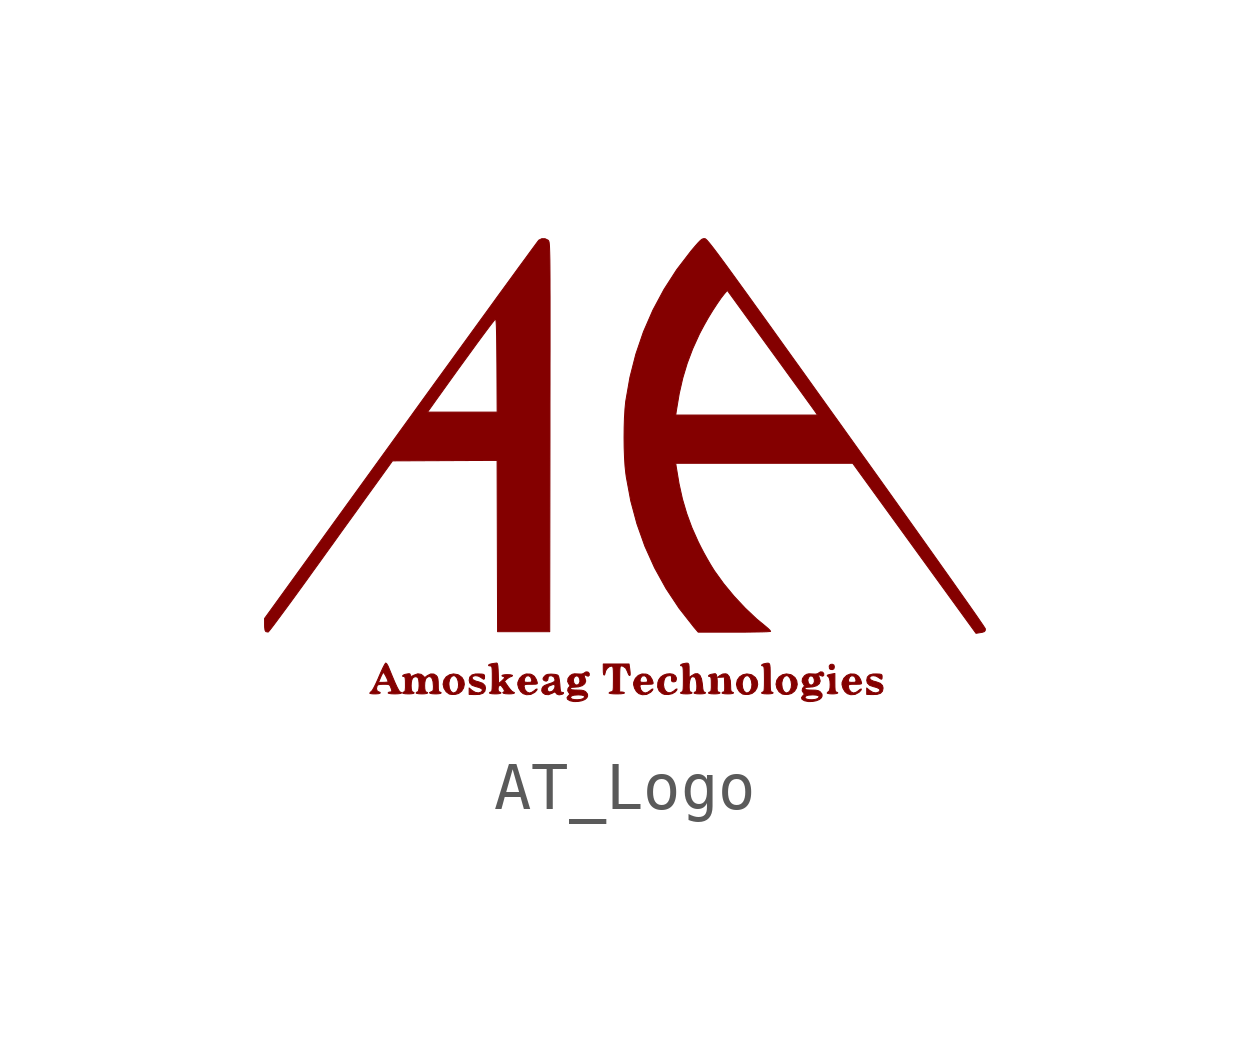
<source format=kicad_sym>
(kicad_symbol_lib
  (version 20211014)
  (generator kicad_symbol_editor)
  (symbol "AT_Logo"
    (pin_names
      (offset 1.016))
    (property "Reference" "#G"
      (at 0 4.389 0)
      (effects (font (size 1.27 1.27)) hide))
    (symbol "AT_Logo_0_0"
      (polyline (pts (xy 4.36 -3.94) (xy 4.371 -3.898) (xy 4.361 -3.859) (xy 4.325 -3.842) (xy 4.287 -3.848) (xy 4.263 -3.88) (xy 4.268 -3.93) (xy 4.283 -3.948) (xy 4.325 -3.955) (xy 4.36 -3.94)) (stroke (width 0.01) (type default) (color 0 0 0 0)) (fill (type outline)))
      (polyline (pts (xy 2.205 -4.459) (xy 2.252 -4.452) (xy 2.271 -4.441) (xy 2.267 -4.432) (xy 2.24 -4.421) (xy 2.233 -4.42) (xy 2.22 -4.404) (xy 2.212 -4.363) (xy 2.21 -4.289) (xy 2.204 -4.186) (xy 2.182 -4.103) (xy 2.142 -4.054) (xy 2.11 -4.042) (xy 2.048 -4.046) (xy 1.987 -4.078) (xy 1.939 -4.116) (xy 2.01 -4.113) (xy 2.08 -4.109) (xy 2.086 -4.265) (xy 2.087 -4.341) (xy 2.085 -4.39) (xy 2.076 -4.415) (xy 2.061 -4.421) (xy 2.046 -4.423) (xy 2.03 -4.441) (xy 2.042 -4.45) (xy 2.086 -4.458) (xy 2.15 -4.461) (xy 2.205 -4.459)) (stroke (width 0.01) (type default) (color 0 0 0 0)) (fill (type outline)))
      (polyline (pts (xy 4.376 -4.459) (xy 4.423 -4.452) (xy 4.441 -4.441) (xy 4.438 -4.432) (xy 4.411 -4.421) (xy 4.406 -4.42) (xy 4.393 -4.409) (xy 4.386 -4.378) (xy 4.382 -4.319) (xy 4.381 -4.228) (xy 4.381 -4.035) (xy 4.305 -4.049) (xy 4.271 -4.056) (xy 4.229 -4.069) (xy 4.221 -4.083) (xy 4.245 -4.102) (xy 4.249 -4.104) (xy 4.267 -4.139) (xy 4.279 -4.197) (xy 4.283 -4.267) (xy 4.28 -4.334) (xy 4.269 -4.387) (xy 4.25 -4.414) (xy 4.236 -4.421) (xy 4.22 -4.443) (xy 4.23 -4.45) (xy 4.27 -4.458) (xy 4.33 -4.461) (xy 4.376 -4.459)) (stroke (width 0.01) (type default) (color 0 0 0 0)) (fill (type outline)))
      (polyline (pts (xy 1.923 -4.459) (xy 1.971 -4.452) (xy 1.989 -4.441) (xy 1.985 -4.431) (xy 1.957 -4.421) (xy 1.943 -4.417) (xy 1.933 -4.396) (xy 1.929 -4.352) (xy 1.931 -4.275) (xy 1.932 -4.199) (xy 1.926 -4.113) (xy 1.911 -4.058) (xy 1.89 -4.039) (xy 1.89 -4.039) (xy 1.86 -4.043) (xy 1.811 -4.052) (xy 1.783 -4.059) (xy 1.753 -4.077) (xy 1.75 -4.093) (xy 1.778 -4.099) (xy 1.792 -4.104) (xy 1.802 -4.128) (xy 1.807 -4.178) (xy 1.808 -4.26) (xy 1.808 -4.331) (xy 1.803 -4.386) (xy 1.794 -4.413) (xy 1.778 -4.421) (xy 1.764 -4.423) (xy 1.748 -4.441) (xy 1.761 -4.45) (xy 1.805 -4.458) (xy 1.869 -4.461) (xy 1.923 -4.459)) (stroke (width 0.01) (type default) (color 0 0 0 0)) (fill (type outline)))
      (polyline (pts (xy -3.527 -4.472) (xy -3.454 -4.452) (xy -3.391 -4.403) (xy -3.351 -4.337) (xy -3.335 -4.262) (xy -3.346 -4.186) (xy -3.384 -4.119) (xy -3.452 -4.068) (xy -3.473 -4.059) (xy -3.561 -4.044) (xy -3.643 -4.062) (xy -3.713 -4.106) (xy -3.76 -4.173) (xy -3.778 -4.258) (xy -3.778 -4.259) (xy -3.778 -4.26) (xy -3.657 -4.26) (xy -3.655 -4.222) (xy -3.637 -4.148) (xy -3.602 -4.098) (xy -3.557 -4.079) (xy -3.523 -4.09) (xy -3.488 -4.131) (xy -3.465 -4.193) (xy -3.455 -4.265) (xy -3.462 -4.336) (xy -3.488 -4.396) (xy -3.518 -4.426) (xy -3.557 -4.441) (xy -3.578 -4.437) (xy -3.619 -4.404) (xy -3.647 -4.342) (xy -3.657 -4.26) (xy -3.778 -4.26) (xy -3.76 -4.342) (xy -3.714 -4.415) (xy -3.65 -4.463) (xy -3.642 -4.465) (xy -3.59 -4.473) (xy -3.527 -4.472)) (stroke (width 0.01) (type default) (color 0 0 0 0)) (fill (type outline)))
      (polyline (pts (xy 2.582 -4.472) (xy 2.655 -4.452) (xy 2.718 -4.403) (xy 2.758 -4.337) (xy 2.774 -4.262) (xy 2.763 -4.186) (xy 2.725 -4.119) (xy 2.657 -4.068) (xy 2.636 -4.059) (xy 2.548 -4.044) (xy 2.465 -4.062) (xy 2.396 -4.106) (xy 2.349 -4.173) (xy 2.331 -4.258) (xy 2.331 -4.259) (xy 2.331 -4.26) (xy 2.451 -4.26) (xy 2.454 -4.222) (xy 2.472 -4.148) (xy 2.506 -4.098) (xy 2.552 -4.079) (xy 2.586 -4.09) (xy 2.621 -4.131) (xy 2.644 -4.193) (xy 2.654 -4.265) (xy 2.647 -4.336) (xy 2.621 -4.396) (xy 2.591 -4.426) (xy 2.552 -4.441) (xy 2.531 -4.437) (xy 2.49 -4.404) (xy 2.462 -4.342) (xy 2.451 -4.26) (xy 2.331 -4.26) (xy 2.349 -4.342) (xy 2.394 -4.415) (xy 2.459 -4.463) (xy 2.466 -4.465) (xy 2.519 -4.473) (xy 2.582 -4.472)) (stroke (width 0.01) (type default) (color 0 0 0 0)) (fill (type outline)))
      (polyline (pts (xy 3.406 -4.472) (xy 3.479 -4.452) (xy 3.542 -4.403) (xy 3.582 -4.337) (xy 3.598 -4.262) (xy 3.587 -4.186) (xy 3.549 -4.119) (xy 3.481 -4.068) (xy 3.46 -4.059) (xy 3.372 -4.044) (xy 3.289 -4.062) (xy 3.22 -4.106) (xy 3.172 -4.173) (xy 3.155 -4.258) (xy 3.155 -4.259) (xy 3.155 -4.26) (xy 3.275 -4.26) (xy 3.277 -4.222) (xy 3.296 -4.148) (xy 3.33 -4.098) (xy 3.376 -4.079) (xy 3.41 -4.09) (xy 3.445 -4.131) (xy 3.468 -4.193) (xy 3.478 -4.265) (xy 3.471 -4.336) (xy 3.445 -4.396) (xy 3.415 -4.426) (xy 3.376 -4.441) (xy 3.355 -4.437) (xy 3.314 -4.404) (xy 3.286 -4.342) (xy 3.275 -4.26) (xy 3.155 -4.26) (xy 3.173 -4.342) (xy 3.218 -4.415) (xy 3.283 -4.463) (xy 3.29 -4.465) (xy 3.343 -4.473) (xy 3.406 -4.472)) (stroke (width 0.01) (type default) (color 0 0 0 0)) (fill (type outline)))
      (polyline (pts (xy 3.029 -4.459) (xy 3.076 -4.452) (xy 3.095 -4.441) (xy 3.091 -4.432) (xy 3.064 -4.421) (xy 3.057 -4.419) (xy 3.047 -4.406) (xy 3.041 -4.375) (xy 3.037 -4.321) (xy 3.035 -4.237) (xy 3.034 -4.119) (xy 3.034 -4.101) (xy 3.034 -3.988) (xy 3.032 -3.909) (xy 3.026 -3.858) (xy 3.014 -3.83) (xy 2.993 -3.82) (xy 2.961 -3.822) (xy 2.916 -3.831) (xy 2.888 -3.838) (xy 2.858 -3.856) (xy 2.855 -3.871) (xy 2.884 -3.878) (xy 2.887 -3.879) (xy 2.898 -3.888) (xy 2.906 -3.913) (xy 2.911 -3.962) (xy 2.913 -4.038) (xy 2.914 -4.15) (xy 2.914 -4.18) (xy 2.913 -4.282) (xy 2.91 -4.352) (xy 2.905 -4.394) (xy 2.896 -4.415) (xy 2.884 -4.421) (xy 2.87 -4.423) (xy 2.853 -4.441) (xy 2.866 -4.45) (xy 2.91 -4.458) (xy 2.974 -4.461) (xy 3.029 -4.459)) (stroke (width 0.01) (type default) (color 0 0 0 0)) (fill (type outline)))
      (polyline (pts (xy 0.993 -4.457) (xy 1.056 -4.42) (xy 1.059 -4.417) (xy 1.088 -4.382) (xy 1.094 -4.359) (xy 1.093 -4.357) (xy 1.07 -4.364) (xy 1.035 -4.392) (xy 1.018 -4.407) (xy 0.959 -4.437) (xy 0.903 -4.434) (xy 0.857 -4.401) (xy 0.825 -4.345) (xy 0.812 -4.27) (xy 0.824 -4.181) (xy 0.845 -4.125) (xy 0.884 -4.09) (xy 0.946 -4.079) (xy 0.962 -4.081) (xy 0.979 -4.099) (xy 0.98 -4.145) (xy 0.979 -4.182) (xy 0.991 -4.205) (xy 1.025 -4.21) (xy 1.033 -4.21) (xy 1.068 -4.197) (xy 1.081 -4.157) (xy 1.08 -4.125) (xy 1.056 -4.08) (xy 1.008 -4.051) (xy 0.946 -4.041) (xy 0.877 -4.047) (xy 0.809 -4.071) (xy 0.752 -4.112) (xy 0.713 -4.168) (xy 0.694 -4.227) (xy 0.69 -4.319) (xy 0.721 -4.396) (xy 0.786 -4.454) (xy 0.833 -4.471) (xy 0.913 -4.474) (xy 0.993 -4.457)) (stroke (width 0.01) (type default) (color 0 0 0 0)) (fill (type outline)))
      (polyline (pts (xy -3.02 -4.471) (xy -2.948 -4.448) (xy -2.907 -4.404) (xy -2.894 -4.339) (xy -2.906 -4.287) (xy -2.953 -4.24) (xy -3.034 -4.21) (xy -3.096 -4.194) (xy -3.155 -4.165) (xy -3.175 -4.131) (xy -3.173 -4.117) (xy -3.147 -4.09) (xy -3.1 -4.081) (xy -3.043 -4.09) (xy -2.989 -4.119) (xy -2.965 -4.137) (xy -2.932 -4.156) (xy -2.917 -4.146) (xy -2.914 -4.104) (xy -2.914 -4.1) (xy -2.917 -4.071) (xy -2.932 -4.055) (xy -2.968 -4.048) (xy -3.035 -4.045) (xy -3.105 -4.046) (xy -3.179 -4.067) (xy -3.222 -4.11) (xy -3.235 -4.177) (xy -3.222 -4.234) (xy -3.174 -4.282) (xy -3.091 -4.311) (xy -3.084 -4.312) (xy -3.024 -4.329) (xy -2.981 -4.35) (xy -2.974 -4.355) (xy -2.957 -4.38) (xy -2.972 -4.409) (xy -2.988 -4.423) (xy -3.042 -4.44) (xy -3.108 -4.428) (xy -3.174 -4.389) (xy -3.235 -4.337) (xy -3.235 -4.471) (xy -3.122 -4.475) (xy -3.02 -4.471)) (stroke (width 0.01) (type default) (color 0 0 0 0)) (fill (type outline)))
      (polyline (pts (xy 5.259 -4.471) (xy 5.331 -4.448) (xy 5.372 -4.404) (xy 5.385 -4.339) (xy 5.373 -4.287) (xy 5.326 -4.24) (xy 5.245 -4.21) (xy 5.183 -4.194) (xy 5.124 -4.165) (xy 5.104 -4.131) (xy 5.106 -4.117) (xy 5.132 -4.09) (xy 5.179 -4.081) (xy 5.236 -4.09) (xy 5.29 -4.119) (xy 5.314 -4.137) (xy 5.347 -4.156) (xy 5.362 -4.146) (xy 5.365 -4.104) (xy 5.365 -4.1) (xy 5.362 -4.071) (xy 5.347 -4.055) (xy 5.311 -4.048) (xy 5.244 -4.045) (xy 5.174 -4.046) (xy 5.1 -4.067) (xy 5.058 -4.11) (xy 5.044 -4.177) (xy 5.057 -4.234) (xy 5.105 -4.282) (xy 5.188 -4.311) (xy 5.195 -4.312) (xy 5.255 -4.329) (xy 5.298 -4.35) (xy 5.305 -4.355) (xy 5.322 -4.38) (xy 5.307 -4.409) (xy 5.291 -4.423) (xy 5.237 -4.44) (xy 5.171 -4.428) (xy 5.106 -4.389) (xy 5.044 -4.337) (xy 5.044 -4.404) (xy 5.044 -4.471) (xy 5.158 -4.475) (xy 5.259 -4.471)) (stroke (width 0.01) (type default) (color 0 0 0 0)) (fill (type outline)))
      (polyline (pts (xy -1.951 -4.472) (xy -1.87 -4.429) (xy -1.857 -4.417) (xy -1.826 -4.382) (xy -1.819 -4.36) (xy -1.821 -4.358) (xy -1.843 -4.364) (xy -1.878 -4.392) (xy -1.88 -4.394) (xy -1.929 -4.427) (xy -1.977 -4.441) (xy -1.986 -4.441) (xy -2.037 -4.418) (xy -2.075 -4.369) (xy -2.09 -4.306) (xy -2.09 -4.296) (xy -2.084 -4.276) (xy -2.064 -4.265) (xy -2.022 -4.261) (xy -1.948 -4.26) (xy -1.909 -4.26) (xy -1.851 -4.258) (xy -1.822 -4.252) (xy -1.814 -4.238) (xy -1.819 -4.215) (xy -1.838 -4.158) (xy -1.877 -4.095) (xy -1.931 -4.058) (xy -1.963 -4.048) (xy -2.048 -4.045) (xy -2.124 -4.076) (xy -2.185 -4.136) (xy -2.212 -4.2) (xy -2.087 -4.2) (xy -2.086 -4.167) (xy -2.074 -4.127) (xy -2.045 -4.091) (xy -2.036 -4.087) (xy -1.991 -4.084) (xy -1.953 -4.112) (xy -1.933 -4.167) (xy -1.931 -4.18) (xy -1.935 -4.207) (xy -1.957 -4.218) (xy -2.01 -4.22) (xy -2.03 -4.22) (xy -2.072 -4.216) (xy -2.087 -4.2) (xy -2.212 -4.2) (xy -2.221 -4.221) (xy -2.223 -4.267) (xy -2.203 -4.342) (xy -2.162 -4.411) (xy -2.11 -4.456) (xy -2.039 -4.478) (xy -1.951 -4.472)) (stroke (width 0.01) (type default) (color 0 0 0 0)) (fill (type outline)))
      (polyline (pts (xy -0.146 -4.461) (xy -0.07 -4.458) (xy -0.019 -4.451) (xy 0 -4.441) (xy -0.013 -4.428) (xy -0.05 -4.421) (xy -0.101 -4.421) (xy -0.101 -4.15) (xy -0.1 -4.102) (xy -0.099 -4.006) (xy -0.096 -3.941) (xy -0.091 -3.902) (xy -0.082 -3.883) (xy -0.069 -3.878) (xy -0.029 -3.885) (xy 0.026 -3.925) (xy 0.063 -3.999) (xy 0.069 -4.019) (xy 0.088 -4.062) (xy 0.104 -4.079) (xy 0.114 -4.075) (xy 0.119 -4.054) (xy 0.117 -4.008) (xy 0.108 -3.931) (xy 0.095 -3.838) (xy -0.442 -3.838) (xy -0.442 -3.96) (xy -0.441 -4.012) (xy -0.434 -4.059) (xy -0.422 -4.069) (xy -0.412 -4.058) (xy -0.402 -4.021) (xy -0.392 -3.98) (xy -0.36 -3.93) (xy -0.316 -3.894) (xy -0.274 -3.882) (xy -0.257 -3.887) (xy -0.244 -3.898) (xy -0.237 -3.924) (xy -0.233 -3.97) (xy -0.231 -4.043) (xy -0.231 -4.15) (xy -0.231 -4.163) (xy -0.232 -4.266) (xy -0.233 -4.335) (xy -0.237 -4.379) (xy -0.245 -4.402) (xy -0.258 -4.413) (xy -0.276 -4.417) (xy -0.304 -4.425) (xy -0.322 -4.442) (xy -0.32 -4.445) (xy -0.292 -4.453) (xy -0.235 -4.459) (xy -0.161 -4.461) (xy -0.146 -4.461)) (stroke (width 0.01) (type default) (color 0 0 0 0)) (fill (type outline)))
      (polyline (pts (xy 0.461 -4.472) (xy 0.541 -4.429) (xy 0.555 -4.417) (xy 0.585 -4.382) (xy 0.592 -4.36) (xy 0.591 -4.358) (xy 0.568 -4.364) (xy 0.533 -4.392) (xy 0.531 -4.394) (xy 0.483 -4.427) (xy 0.434 -4.441) (xy 0.426 -4.441) (xy 0.375 -4.418) (xy 0.337 -4.369) (xy 0.322 -4.306) (xy 0.322 -4.296) (xy 0.327 -4.276) (xy 0.347 -4.265) (xy 0.39 -4.261) (xy 0.464 -4.26) (xy 0.502 -4.26) (xy 0.56 -4.258) (xy 0.589 -4.252) (xy 0.597 -4.238) (xy 0.593 -4.215) (xy 0.574 -4.158) (xy 0.534 -4.095) (xy 0.48 -4.058) (xy 0.449 -4.048) (xy 0.364 -4.045) (xy 0.287 -4.076) (xy 0.227 -4.136) (xy 0.199 -4.2) (xy 0.324 -4.2) (xy 0.325 -4.167) (xy 0.338 -4.127) (xy 0.367 -4.091) (xy 0.375 -4.087) (xy 0.421 -4.084) (xy 0.459 -4.112) (xy 0.479 -4.167) (xy 0.48 -4.18) (xy 0.477 -4.207) (xy 0.454 -4.218) (xy 0.402 -4.22) (xy 0.382 -4.22) (xy 0.34 -4.216) (xy 0.324 -4.2) (xy 0.199 -4.2) (xy 0.191 -4.221) (xy 0.189 -4.267) (xy 0.209 -4.342) (xy 0.249 -4.411) (xy 0.301 -4.456) (xy 0.372 -4.478) (xy 0.461 -4.472)) (stroke (width 0.01) (type default) (color 0 0 0 0)) (fill (type outline)))
      (polyline (pts (xy 4.801 -4.472) (xy 4.881 -4.429) (xy 4.895 -4.417) (xy 4.926 -4.382) (xy 4.933 -4.36) (xy 4.931 -4.358) (xy 4.909 -4.364) (xy 4.873 -4.392) (xy 4.872 -4.394) (xy 4.823 -4.427) (xy 4.775 -4.441) (xy 4.766 -4.441) (xy 4.715 -4.418) (xy 4.677 -4.369) (xy 4.662 -4.306) (xy 4.662 -4.296) (xy 4.668 -4.276) (xy 4.688 -4.265) (xy 4.73 -4.261) (xy 4.804 -4.26) (xy 4.843 -4.26) (xy 4.901 -4.258) (xy 4.929 -4.252) (xy 4.938 -4.238) (xy 4.933 -4.215) (xy 4.914 -4.158) (xy 4.875 -4.095) (xy 4.82 -4.058) (xy 4.789 -4.048) (xy 4.704 -4.045) (xy 4.628 -4.076) (xy 4.567 -4.136) (xy 4.54 -4.2) (xy 4.665 -4.2) (xy 4.666 -4.167) (xy 4.668 -4.155) (xy 4.691 -4.105) (xy 4.731 -4.082) (xy 4.777 -4.091) (xy 4.802 -4.118) (xy 4.819 -4.167) (xy 4.82 -4.18) (xy 4.817 -4.207) (xy 4.795 -4.218) (xy 4.742 -4.22) (xy 4.722 -4.22) (xy 4.68 -4.216) (xy 4.665 -4.2) (xy 4.54 -4.2) (xy 4.531 -4.221) (xy 4.529 -4.267) (xy 4.549 -4.342) (xy 4.59 -4.411) (xy 4.642 -4.456) (xy 4.713 -4.478) (xy 4.801 -4.472)) (stroke (width 0.01) (type default) (color 0 0 0 0)) (fill (type outline)))
      (polyline (pts (xy -1.298 -4.469) (xy -1.272 -4.453) (xy -1.27 -4.434) (xy -1.301 -4.428) (xy -1.305 -4.428) (xy -1.322 -4.422) (xy -1.333 -4.398) (xy -1.34 -4.348) (xy -1.346 -4.266) (xy -1.347 -4.256) (xy -1.356 -4.172) (xy -1.368 -4.108) (xy -1.383 -4.075) (xy -1.398 -4.066) (xy -1.449 -4.054) (xy -1.52 -4.049) (xy -1.539 -4.049) (xy -1.601 -4.054) (xy -1.64 -4.069) (xy -1.671 -4.098) (xy -1.69 -4.124) (xy -1.698 -4.151) (xy -1.681 -4.176) (xy -1.671 -4.184) (xy -1.631 -4.196) (xy -1.6 -4.177) (xy -1.591 -4.135) (xy -1.586 -4.098) (xy -1.551 -4.083) (xy -1.508 -4.085) (xy -1.464 -4.115) (xy -1.447 -4.168) (xy -1.448 -4.182) (xy -1.464 -4.205) (xy -1.503 -4.227) (xy -1.573 -4.251) (xy -1.603 -4.261) (xy -1.664 -4.285) (xy -1.698 -4.311) (xy -1.717 -4.345) (xy -1.719 -4.35) (xy -1.72 -4.36) (xy -1.608 -4.36) (xy -1.605 -4.339) (xy -1.572 -4.298) (xy -1.502 -4.27) (xy -1.474 -4.264) (xy -1.452 -4.271) (xy -1.447 -4.305) (xy -1.454 -4.342) (xy -1.484 -4.388) (xy -1.511 -4.408) (xy -1.559 -4.421) (xy -1.594 -4.405) (xy -1.608 -4.36) (xy -1.72 -4.36) (xy -1.724 -4.399) (xy -1.699 -4.44) (xy -1.652 -4.472) (xy -1.583 -4.477) (xy -1.504 -4.446) (xy -1.5 -4.444) (xy -1.461 -4.423) (xy -1.44 -4.424) (xy -1.424 -4.446) (xy -1.411 -4.463) (xy -1.363 -4.481) (xy -1.298 -4.469)) (stroke (width 0.01) (type default) (color 0 0 0 0)) (fill (type outline)))
      (polyline (pts (xy 1.622 -4.459) (xy 1.67 -4.452) (xy 1.688 -4.441) (xy 1.685 -4.433) (xy 1.66 -4.421) (xy 1.657 -4.42) (xy 1.642 -4.402) (xy 1.631 -4.354) (xy 1.623 -4.27) (xy 1.622 -4.255) (xy 1.604 -4.148) (xy 1.572 -4.076) (xy 1.526 -4.04) (xy 1.468 -4.042) (xy 1.399 -4.081) (xy 1.346 -4.122) (xy 1.346 -3.97) (xy 1.345 -3.892) (xy 1.339 -3.844) (xy 1.321 -3.822) (xy 1.286 -3.82) (xy 1.228 -3.831) (xy 1.2 -3.838) (xy 1.17 -3.856) (xy 1.167 -3.871) (xy 1.196 -3.878) (xy 1.199 -3.879) (xy 1.21 -3.888) (xy 1.218 -3.913) (xy 1.223 -3.962) (xy 1.225 -4.038) (xy 1.226 -4.15) (xy 1.226 -4.18) (xy 1.225 -4.282) (xy 1.222 -4.352) (xy 1.216 -4.394) (xy 1.208 -4.415) (xy 1.196 -4.421) (xy 1.182 -4.423) (xy 1.165 -4.441) (xy 1.178 -4.45) (xy 1.222 -4.458) (xy 1.286 -4.461) (xy 1.341 -4.459) (xy 1.388 -4.452) (xy 1.407 -4.441) (xy 1.403 -4.431) (xy 1.376 -4.421) (xy 1.365 -4.416) (xy 1.352 -4.382) (xy 1.347 -4.326) (xy 1.348 -4.26) (xy 1.357 -4.195) (xy 1.371 -4.141) (xy 1.391 -4.112) (xy 1.419 -4.1) (xy 1.462 -4.112) (xy 1.473 -4.124) (xy 1.49 -4.167) (xy 1.502 -4.228) (xy 1.507 -4.295) (xy 1.505 -4.358) (xy 1.495 -4.403) (xy 1.478 -4.421) (xy 1.463 -4.423) (xy 1.447 -4.441) (xy 1.46 -4.45) (xy 1.503 -4.458) (xy 1.567 -4.461) (xy 1.622 -4.459)) (stroke (width 0.01) (type default) (color 0 0 0 0)) (fill (type outline)))
      (polyline (pts (xy -4.71 -4.458) (xy -4.661 -4.451) (xy -4.642 -4.441) (xy -4.645 -4.432) (xy -4.67 -4.421) (xy -4.676 -4.419) (xy -4.699 -4.389) (xy -4.735 -4.322) (xy -4.782 -4.22) (xy -4.841 -4.08) (xy -4.914 -3.903) (xy -4.925 -3.878) (xy -4.95 -3.835) (xy -4.971 -3.818) (xy -4.978 -3.823) (xy -5 -3.858) (xy -5.032 -3.92) (xy -5.07 -4.003) (xy -5.113 -4.101) (xy -5.134 -4.151) (xy -5.165 -4.22) (xy -5.123 -4.22) (xy -5.082 -4.125) (xy -5.067 -4.09) (xy -5.042 -4.04) (xy -5.025 -4.013) (xy -5.021 -4.013) (xy -5.002 -4.035) (xy -4.977 -4.078) (xy -4.951 -4.129) (xy -4.931 -4.176) (xy -4.923 -4.209) (xy -4.93 -4.213) (xy -4.966 -4.218) (xy -5.023 -4.22) (xy -5.123 -4.22) (xy -5.165 -4.22) (xy -5.177 -4.246) (xy -5.216 -4.325) (xy -5.248 -4.381) (xy -5.268 -4.407) (xy -5.29 -4.424) (xy -5.305 -4.446) (xy -5.295 -4.452) (xy -5.255 -4.459) (xy -5.195 -4.461) (xy -5.181 -4.461) (xy -5.12 -4.456) (xy -5.088 -4.444) (xy -5.088 -4.43) (xy -5.124 -4.415) (xy -5.15 -4.399) (xy -5.165 -4.354) (xy -5.152 -4.292) (xy -5.152 -4.29) (xy -5.133 -4.272) (xy -5.09 -4.263) (xy -5.016 -4.26) (xy -4.996 -4.26) (xy -4.935 -4.262) (xy -4.901 -4.27) (xy -4.882 -4.29) (xy -4.867 -4.327) (xy -4.853 -4.366) (xy -4.845 -4.403) (xy -4.854 -4.418) (xy -4.883 -4.421) (xy -4.907 -4.425) (xy -4.923 -4.441) (xy -4.905 -4.451) (xy -4.855 -4.458) (xy -4.783 -4.461) (xy -4.782 -4.461) (xy -4.71 -4.458)) (stroke (width 0.01) (type default) (color 0 0 0 0)) (fill (type outline)))
      (polyline (pts (xy -2.357 -4.459) (xy -2.309 -4.452) (xy -2.291 -4.441) (xy -2.293 -4.433) (xy -2.319 -4.421) (xy -2.343 -4.406) (xy -2.381 -4.365) (xy -2.424 -4.308) (xy -2.501 -4.196) (xy -2.445 -4.148) (xy -2.438 -4.142) (xy -2.394 -4.112) (xy -2.36 -4.099) (xy -2.347 -4.097) (xy -2.331 -4.079) (xy -2.341 -4.071) (xy -2.381 -4.062) (xy -2.442 -4.059) (xy -2.487 -4.061) (xy -2.534 -4.068) (xy -2.552 -4.079) (xy -2.549 -4.088) (xy -2.522 -4.099) (xy -2.514 -4.1) (xy -2.494 -4.112) (xy -2.508 -4.143) (xy -2.557 -4.191) (xy -2.622 -4.246) (xy -2.628 -4.032) (xy -2.631 -3.959) (xy -2.637 -3.878) (xy -2.646 -3.833) (xy -2.658 -3.818) (xy -2.662 -3.818) (xy -2.702 -3.823) (xy -2.758 -3.831) (xy -2.803 -3.842) (xy -2.83 -3.858) (xy -2.829 -3.872) (xy -2.793 -3.878) (xy -2.792 -3.878) (xy -2.776 -3.881) (xy -2.766 -3.892) (xy -2.759 -3.918) (xy -2.755 -3.966) (xy -2.753 -4.041) (xy -2.753 -4.15) (xy -2.753 -4.18) (xy -2.754 -4.282) (xy -2.757 -4.352) (xy -2.762 -4.394) (xy -2.771 -4.415) (xy -2.783 -4.421) (xy -2.797 -4.423) (xy -2.813 -4.441) (xy -2.8 -4.45) (xy -2.757 -4.458) (xy -2.693 -4.461) (xy -2.638 -4.459) (xy -2.591 -4.452) (xy -2.572 -4.441) (xy -2.576 -4.432) (xy -2.602 -4.421) (xy -2.605 -4.421) (xy -2.625 -4.402) (xy -2.633 -4.362) (xy -2.627 -4.317) (xy -2.607 -4.284) (xy -2.593 -4.278) (xy -2.567 -4.29) (xy -2.532 -4.335) (xy -2.517 -4.357) (xy -2.498 -4.398) (xy -2.507 -4.416) (xy -2.513 -4.418) (xy -2.535 -4.433) (xy -2.522 -4.447) (xy -2.479 -4.457) (xy -2.411 -4.461) (xy -2.357 -4.459)) (stroke (width 0.01) (type default) (color 0 0 0 0)) (fill (type outline)))
      (polyline (pts (xy -0.972 -4.619) (xy -0.89 -4.604) (xy -0.823 -4.577) (xy -0.783 -4.541) (xy -0.768 -4.506) (xy -0.77 -4.465) (xy -0.804 -4.421) (xy -0.817 -4.409) (xy -0.852 -4.392) (xy -0.904 -4.383) (xy -0.985 -4.381) (xy -1.029 -4.38) (xy -1.087 -4.376) (xy -1.117 -4.367) (xy -1.125 -4.351) (xy -1.122 -4.338) (xy -1.095 -4.324) (xy -1.036 -4.32) (xy -0.958 -4.314) (xy -0.878 -4.289) (xy -0.827 -4.247) (xy -0.807 -4.193) (xy -0.824 -4.129) (xy -0.831 -4.116) (xy -0.84 -4.077) (xy -0.826 -4.063) (xy -0.793 -4.08) (xy -0.791 -4.082) (xy -0.755 -4.092) (xy -0.733 -4.073) (xy -0.735 -4.032) (xy -0.761 -4.005) (xy -0.803 -4.002) (xy -0.843 -4.027) (xy -0.856 -4.038) (xy -0.899 -4.048) (xy -0.971 -4.045) (xy -0.974 -4.045) (xy -1.042 -4.042) (xy -1.088 -4.052) (xy -1.13 -4.079) (xy -1.136 -4.084) (xy -1.177 -4.14) (xy -1.181 -4.178) (xy -1.065 -4.178) (xy -1.064 -4.159) (xy -1.044 -4.11) (xy -1.009 -4.085) (xy -0.968 -4.093) (xy -0.957 -4.102) (xy -0.933 -4.148) (xy -0.928 -4.204) (xy -0.946 -4.251) (xy -0.984 -4.277) (xy -1.023 -4.271) (xy -1.053 -4.236) (xy -1.065 -4.178) (xy -1.181 -4.178) (xy -1.184 -4.203) (xy -1.155 -4.261) (xy -1.145 -4.272) (xy -1.135 -4.297) (xy -1.155 -4.32) (xy -1.176 -4.346) (xy -1.183 -4.396) (xy -1.156 -4.441) (xy -1.144 -4.452) (xy -1.141 -4.472) (xy -1.169 -4.5) (xy -1.192 -4.53) (xy -1.123 -4.53) (xy -1.104 -4.503) (xy -1.051 -4.487) (xy -0.961 -4.481) (xy -0.887 -4.486) (xy -0.84 -4.501) (xy -0.829 -4.524) (xy -0.855 -4.554) (xy -0.862 -4.559) (xy -0.911 -4.575) (xy -0.975 -4.582) (xy -1.04 -4.58) (xy -1.092 -4.569) (xy -1.119 -4.55) (xy -1.123 -4.53) (xy -1.192 -4.53) (xy -1.197 -4.537) (xy -1.188 -4.572) (xy -1.138 -4.602) (xy -1.132 -4.604) (xy -1.056 -4.62) (xy -0.972 -4.619)) (stroke (width 0.01) (type default) (color 0 0 0 0)) (fill (type outline)))
      (polyline (pts (xy 3.911 -4.619) (xy 3.993 -4.604) (xy 4.06 -4.577) (xy 4.1 -4.541) (xy 4.115 -4.506) (xy 4.113 -4.465) (xy 4.079 -4.421) (xy 4.066 -4.409) (xy 4.031 -4.392) (xy 3.979 -4.383) (xy 3.898 -4.381) (xy 3.854 -4.38) (xy 3.796 -4.376) (xy 3.766 -4.367) (xy 3.758 -4.351) (xy 3.761 -4.338) (xy 3.788 -4.324) (xy 3.847 -4.32) (xy 3.925 -4.314) (xy 4.005 -4.289) (xy 4.057 -4.247) (xy 4.076 -4.193) (xy 4.059 -4.129) (xy 4.053 -4.116) (xy 4.043 -4.077) (xy 4.057 -4.063) (xy 4.09 -4.08) (xy 4.092 -4.082) (xy 4.128 -4.092) (xy 4.15 -4.073) (xy 4.148 -4.032) (xy 4.122 -4.005) (xy 4.08 -4.002) (xy 4.04 -4.027) (xy 4.027 -4.038) (xy 3.984 -4.048) (xy 3.912 -4.045) (xy 3.909 -4.045) (xy 3.841 -4.042) (xy 3.795 -4.052) (xy 3.753 -4.079) (xy 3.747 -4.084) (xy 3.706 -4.14) (xy 3.702 -4.178) (xy 3.818 -4.178) (xy 3.819 -4.159) (xy 3.839 -4.11) (xy 3.874 -4.085) (xy 3.915 -4.093) (xy 3.926 -4.102) (xy 3.95 -4.148) (xy 3.955 -4.204) (xy 3.938 -4.251) (xy 3.9 -4.277) (xy 3.86 -4.271) (xy 3.83 -4.236) (xy 3.818 -4.178) (xy 3.702 -4.178) (xy 3.699 -4.203) (xy 3.728 -4.261) (xy 3.738 -4.272) (xy 3.748 -4.297) (xy 3.728 -4.32) (xy 3.707 -4.346) (xy 3.7 -4.396) (xy 3.727 -4.441) (xy 3.739 -4.452) (xy 3.742 -4.472) (xy 3.714 -4.5) (xy 3.691 -4.53) (xy 3.76 -4.53) (xy 3.779 -4.503) (xy 3.832 -4.487) (xy 3.922 -4.481) (xy 3.996 -4.486) (xy 4.043 -4.501) (xy 4.054 -4.524) (xy 4.028 -4.554) (xy 4.021 -4.559) (xy 3.972 -4.575) (xy 3.908 -4.582) (xy 3.843 -4.58) (xy 3.791 -4.569) (xy 3.764 -4.55) (xy 3.76 -4.53) (xy 3.691 -4.53) (xy 3.686 -4.537) (xy 3.696 -4.572) (xy 3.745 -4.602) (xy 3.751 -4.604) (xy 3.827 -4.62) (xy 3.911 -4.619)) (stroke (width 0.01) (type default) (color 0 0 0 0)) (fill (type outline)))
      (polyline (pts (xy -3.884 -4.459) (xy -3.836 -4.452) (xy -3.818 -4.441) (xy -3.821 -4.432) (xy -3.848 -4.421) (xy -3.86 -4.417) (xy -3.871 -4.396) (xy -3.877 -4.35) (xy -3.878 -4.27) (xy -3.879 -4.211) (xy -3.885 -4.149) (xy -3.897 -4.108) (xy -3.919 -4.079) (xy -3.97 -4.047) (xy -4.036 -4.045) (xy -4.106 -4.08) (xy -4.158 -4.121) (xy -4.199 -4.08) (xy -4.236 -4.053) (xy -4.304 -4.042) (xy -4.381 -4.069) (xy -4.383 -4.07) (xy -4.431 -4.094) (xy -4.455 -4.094) (xy -4.461 -4.069) (xy -4.462 -4.056) (xy -4.472 -4.042) (xy -4.501 -4.041) (xy -4.559 -4.052) (xy -4.587 -4.059) (xy -4.617 -4.077) (xy -4.62 -4.093) (xy -4.592 -4.099) (xy -4.578 -4.104) (xy -4.568 -4.128) (xy -4.563 -4.178) (xy -4.562 -4.26) (xy -4.562 -4.331) (xy -4.567 -4.386) (xy -4.576 -4.413) (xy -4.592 -4.421) (xy -4.606 -4.423) (xy -4.622 -4.441) (xy -4.609 -4.45) (xy -4.566 -4.458) (xy -4.501 -4.461) (xy -4.447 -4.459) (xy -4.399 -4.452) (xy -4.381 -4.441) (xy -4.384 -4.432) (xy -4.411 -4.421) (xy -4.413 -4.421) (xy -4.43 -4.399) (xy -4.44 -4.351) (xy -4.443 -4.289) (xy -4.439 -4.223) (xy -4.428 -4.167) (xy -4.409 -4.131) (xy -4.393 -4.116) (xy -4.358 -4.101) (xy -4.312 -4.112) (xy -4.3 -4.124) (xy -4.286 -4.166) (xy -4.279 -4.227) (xy -4.277 -4.295) (xy -4.282 -4.357) (xy -4.293 -4.403) (xy -4.31 -4.421) (xy -4.324 -4.423) (xy -4.34 -4.441) (xy -4.328 -4.45) (xy -4.284 -4.458) (xy -4.22 -4.461) (xy -4.165 -4.459) (xy -4.118 -4.452) (xy -4.099 -4.441) (xy -4.103 -4.432) (xy -4.13 -4.421) (xy -4.132 -4.421) (xy -4.149 -4.399) (xy -4.159 -4.351) (xy -4.162 -4.289) (xy -4.158 -4.223) (xy -4.146 -4.167) (xy -4.128 -4.131) (xy -4.084 -4.1) (xy -4.042 -4.102) (xy -4.008 -4.138) (xy -3.987 -4.206) (xy -3.979 -4.303) (xy -3.979 -4.314) (xy -3.982 -4.372) (xy -3.994 -4.402) (xy -4.019 -4.415) (xy -4.034 -4.42) (xy -4.06 -4.434) (xy -4.05 -4.448) (xy -4.008 -4.457) (xy -3.939 -4.461) (xy -3.884 -4.459)) (stroke (width 0.01) (type default) (color 0 0 0 0)) (fill (type outline)))
      (polyline (pts (xy -7.42 -3.172) (xy -7.399 -3.149) (xy -7.357 -3.096) (xy -7.296 -3.016) (xy -7.218 -2.911) (xy -7.124 -2.784) (xy -7.016 -2.638) (xy -6.896 -2.474) (xy -6.766 -2.295) (xy -6.628 -2.105) (xy -6.484 -1.904) (xy -6.361 -1.734) (xy -6.204 -1.515) (xy -6.046 -1.296) (xy -5.893 -1.082) (xy -5.745 -0.877) (xy -5.606 -0.685) (xy -5.48 -0.509) (xy -5.368 -0.353) (xy -5.274 -0.223) (xy -5.2 -0.121) (xy -4.831 0.392) (xy -2.653 0.402) (xy -2.648 -1.381) (xy -2.643 -3.165) (xy -1.557 -3.165) (xy -1.552 0.889) (xy -1.552 1.117) (xy -1.552 1.573) (xy -1.551 1.991) (xy -1.551 2.374) (xy -1.55 2.722) (xy -1.55 3.037) (xy -1.55 3.321) (xy -1.55 3.575) (xy -1.55 3.802) (xy -1.551 4.002) (xy -1.551 4.178) (xy -1.552 4.331) (xy -1.553 4.463) (xy -1.554 4.574) (xy -1.556 4.668) (xy -1.558 4.746) (xy -1.56 4.809) (xy -1.562 4.859) (xy -1.565 4.898) (xy -1.568 4.927) (xy -1.571 4.948) (xy -1.575 4.962) (xy -1.579 4.972) (xy -1.583 4.978) (xy -1.587 4.984) (xy -1.592 4.988) (xy -1.653 5.018) (xy -1.722 5.019) (xy -1.784 4.989) (xy -1.784 4.989) (xy -1.8 4.969) (xy -1.838 4.918) (xy -1.897 4.838) (xy -1.977 4.729) (xy -2.076 4.593) (xy -2.194 4.433) (xy -2.329 4.247) (xy -2.48 4.04) (xy -2.647 3.811) (xy -2.827 3.562) (xy -3.021 3.295) (xy -3.227 3.011) (xy -3.444 2.712) (xy -3.671 2.398) (xy -3.908 2.072) (xy -4.152 1.735) (xy -4.389 1.407) (xy -4.103 1.407) (xy -4.006 1.542) (xy -3.924 1.658) (xy -3.764 1.881) (xy -3.61 2.096) (xy -3.462 2.302) (xy -3.321 2.496) (xy -3.19 2.676) (xy -3.071 2.84) (xy -2.964 2.985) (xy -2.872 3.109) (xy -2.797 3.209) (xy -2.739 3.283) (xy -2.702 3.33) (xy -2.686 3.346) (xy -2.683 3.344) (xy -2.678 3.323) (xy -2.673 3.278) (xy -2.669 3.207) (xy -2.666 3.107) (xy -2.663 2.976) (xy -2.661 2.813) (xy -2.659 2.613) (xy -2.657 2.376) (xy -2.652 1.407) (xy -4.103 1.407) (xy -4.389 1.407) (xy -4.403 1.387) (xy -4.66 1.032) (xy -7.495 -2.889) (xy -7.495 -3.021) (xy -7.494 -3.069) (xy -7.486 -3.134) (xy -7.47 -3.162) (xy -7.462 -3.165) (xy -7.421 -3.173) (xy -7.42 -3.172)) (stroke (width 0.01) (type default) (color 0 0 0 0)) (fill (type outline)))
      (polyline (pts (xy 7.401 -3.186) (xy 7.45 -3.178) (xy 7.493 -3.164) (xy 7.511 -3.143) (xy 7.516 -3.108) (xy 7.504 -3.087) (xy 7.47 -3.035) (xy 7.413 -2.952) (xy 7.335 -2.838) (xy 7.236 -2.696) (xy 7.116 -2.525) (xy 6.976 -2.327) (xy 6.818 -2.102) (xy 6.64 -1.851) (xy 6.445 -1.576) (xy 6.232 -1.276) (xy 6.003 -0.954) (xy 5.757 -0.609) (xy 5.496 -0.243) (xy 5.22 0.144) (xy 4.929 0.55) (xy 4.625 0.975) (xy 4.574 1.047) (xy 4.269 1.472) (xy 3.987 1.866) (xy 3.727 2.23) (xy 3.487 2.564) (xy 3.267 2.871) (xy 3.066 3.152) (xy 2.883 3.407) (xy 2.716 3.638) (xy 2.567 3.846) (xy 2.432 4.032) (xy 2.312 4.198) (xy 2.206 4.344) (xy 2.113 4.472) (xy 2.031 4.583) (xy 1.961 4.678) (xy 1.901 4.758) (xy 1.85 4.825) (xy 1.807 4.88) (xy 1.772 4.924) (xy 1.744 4.957) (xy 1.722 4.983) (xy 1.704 5) (xy 1.691 5.011) (xy 1.681 5.018) (xy 1.673 5.02) (xy 1.672 5.02) (xy 1.642 5.019) (xy 1.613 5.008) (xy 1.579 4.981) (xy 1.532 4.933) (xy 1.467 4.859) (xy 1.388 4.766) (xy 1.087 4.374) (xy 0.822 3.962) (xy 0.591 3.531) (xy 0.395 3.081) (xy 0.236 2.615) (xy 0.113 2.132) (xy 0.026 1.634) (xy 0.025 1.625) (xy 0.01 1.473) (xy 0.003 1.346) (xy 1.067 1.346) (xy 1.078 1.422) (xy 1.081 1.441) (xy 1.14 1.793) (xy 1.214 2.117) (xy 1.306 2.423) (xy 1.419 2.723) (xy 1.556 3.025) (xy 1.583 3.078) (xy 1.66 3.222) (xy 1.746 3.374) (xy 1.837 3.523) (xy 1.928 3.662) (xy 2.011 3.783) (xy 2.083 3.875) (xy 2.141 3.942) (xy 3.034 2.711) (xy 3.042 2.7) (xy 3.186 2.502) (xy 3.324 2.312) (xy 3.454 2.132) (xy 3.574 1.967) (xy 3.682 1.818) (xy 3.776 1.688) (xy 3.854 1.58) (xy 3.915 1.496) (xy 3.955 1.44) (xy 3.974 1.413) (xy 4.02 1.346) (xy 1.067 1.346) (xy 0.003 1.346) (xy -0.001 1.291) (xy -0.007 1.09) (xy -0.009 0.879) (xy -0.007 0.668) (xy 0.0002 0.467) (xy 0.011 0.285) (xy 0.027 0.134) (xy 0.038 0.054) (xy 0.13 -0.44) (xy 0.259 -0.92) (xy 0.424 -1.385) (xy 0.626 -1.834) (xy 0.864 -2.265) (xy 1.137 -2.677) (xy 1.445 -3.07) (xy 1.535 -3.175) (xy 2.297 -3.175) (xy 2.466 -3.175) (xy 2.621 -3.173) (xy 2.759 -3.171) (xy 2.874 -3.169) (xy 2.963 -3.166) (xy 3.02 -3.162) (xy 3.042 -3.159) (xy 3.042 -3.158) (xy 3.029 -3.136) (xy 2.992 -3.099) (xy 2.938 -3.053) (xy 2.752 -2.9) (xy 2.513 -2.674) (xy 2.281 -2.426) (xy 2.066 -2.166) (xy 1.877 -1.904) (xy 1.857 -1.873) (xy 1.793 -1.77) (xy 1.722 -1.647) (xy 1.65 -1.518) (xy 1.587 -1.397) (xy 1.534 -1.291) (xy 1.403 -0.997) (xy 1.296 -0.705) (xy 1.207 -0.403) (xy 1.136 -0.083) (xy 1.078 0.266) (xy 1.067 0.342) (xy 4.752 0.342) (xy 6.036 -1.429) (xy 7.32 -3.199) (xy 7.401 -3.186)) (stroke (width 0.01) (type default) (color 0 0 0 0)) (fill (type outline))))))
</source>
